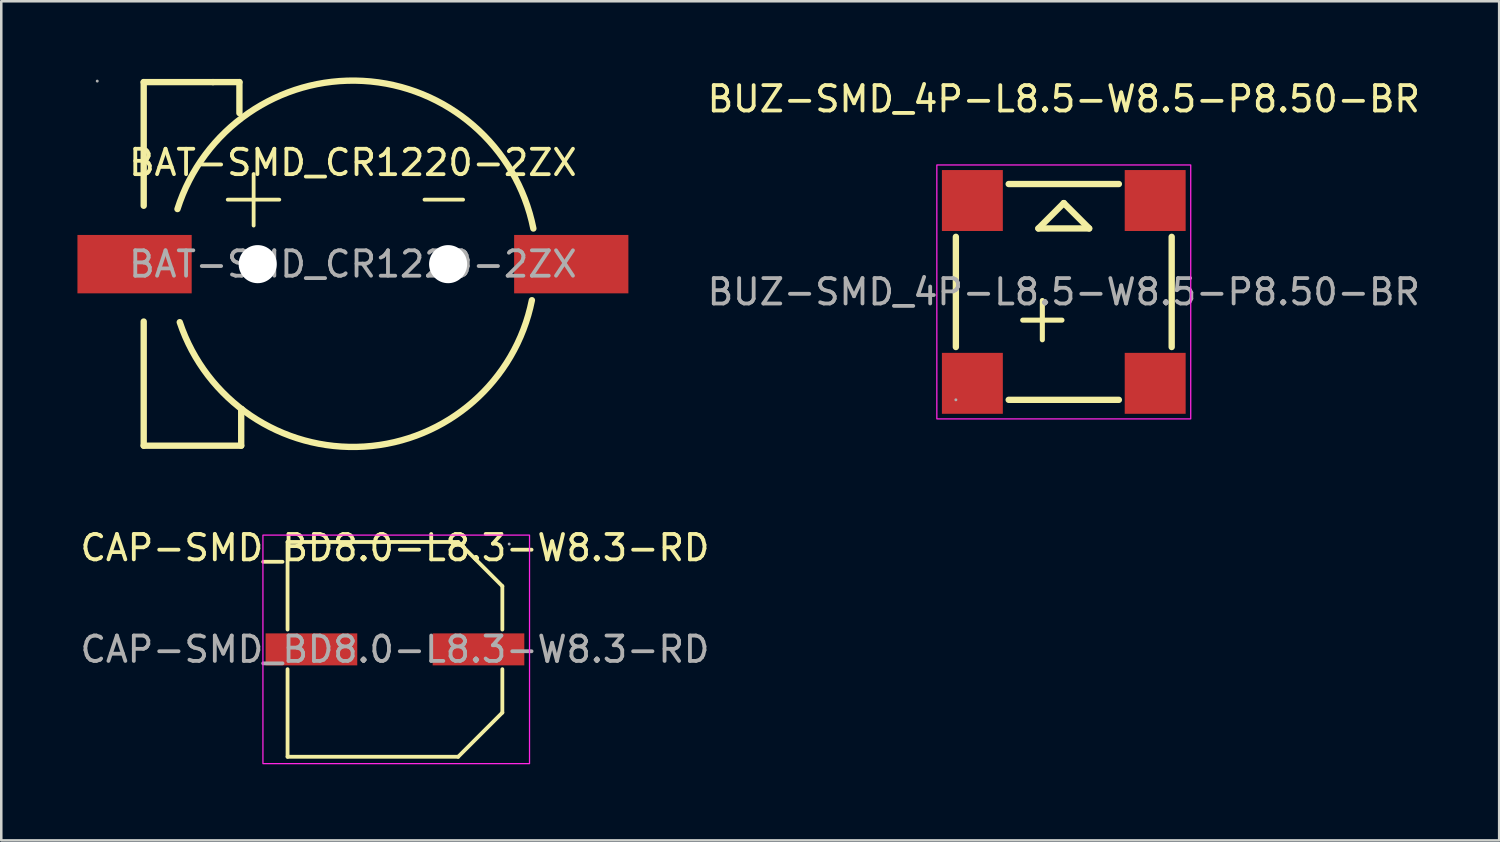
<source format=kicad_pcb>
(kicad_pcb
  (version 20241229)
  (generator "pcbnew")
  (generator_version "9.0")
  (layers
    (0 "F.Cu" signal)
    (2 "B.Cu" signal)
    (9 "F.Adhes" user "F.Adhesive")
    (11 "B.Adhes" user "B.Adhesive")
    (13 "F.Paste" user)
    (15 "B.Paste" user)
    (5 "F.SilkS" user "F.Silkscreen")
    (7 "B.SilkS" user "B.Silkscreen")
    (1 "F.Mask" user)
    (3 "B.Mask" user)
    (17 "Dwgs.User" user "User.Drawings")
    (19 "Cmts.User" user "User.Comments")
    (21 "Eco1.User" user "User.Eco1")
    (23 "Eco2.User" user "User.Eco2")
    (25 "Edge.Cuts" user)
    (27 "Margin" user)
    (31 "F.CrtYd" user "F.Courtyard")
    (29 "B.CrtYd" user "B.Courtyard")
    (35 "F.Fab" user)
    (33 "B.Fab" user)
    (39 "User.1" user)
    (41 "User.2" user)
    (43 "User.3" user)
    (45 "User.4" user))
  (footprint "BAT-SMD_CR1220-2ZX"
    (layer "F.Cu")
    (at 10.85 7.354)
    (property "Reference" "BAT-SMD_CR1220-2ZX" (at 0 -4 0) (layer "F.SilkS") (effects (font (size 1 1) (thickness 0.15))))
    (attr smd)
    (fp_line (start -8.24 -7.17) (end -5.51 -7.17) (stroke (width 0.25) (type solid)) (layer "F.SilkS"))
    (fp_line (start -8.24 -2.3) (end -8.24 -7.17) (stroke (width 0.25) (type solid)) (layer "F.SilkS"))
    (fp_line (start -8.24 2.26) (end -8.24 7.15) (stroke (width 0.25) (type solid)) (layer "F.SilkS"))
    (fp_line (start -8.24 7.15) (end -4.4 7.15) (stroke (width 0.25) (type solid)) (layer "F.SilkS"))
    (fp_line (start -5.51 -7.17) (end -4.47 -7.17) (stroke (width 0.25) (type solid)) (layer "F.SilkS"))
    (fp_line (start -4.93 -2.54) (end -2.9 -2.54) (stroke (width 0.15) (type solid)) (layer "F.SilkS"))
    (fp_line (start -4.47 -7.17) (end -4.47 -5.95) (stroke (width 0.25) (type solid)) (layer "F.SilkS"))
    (fp_line (start -4.4 5.71) (end -4.38 5.71) (stroke (width 0.25) (type solid)) (layer "F.SilkS"))
    (fp_line (start -4.4 7.15) (end -4.4 5.71) (stroke (width 0.25) (type solid)) (layer "F.SilkS"))
    (fp_line (start -3.91 -1.52) (end -3.91 -3.55) (stroke (width 0.15) (type solid)) (layer "F.SilkS"))
    (fp_line (start 2.82 -2.54) (end 4.34 -2.54) (stroke (width 0.15) (type solid)) (layer "F.SilkS"))
    (fp_arc (start -6.91 -2.17) (mid 0.395803 -7.217924) (end 7.1076 -1.403454) (stroke (width 0.25) (type solid)) (layer "F.SilkS"))
    (fp_arc (start 7.05 1.42) (mid 0.447691 7.185665) (end -6.82007 2.285356) (stroke (width 0.25) (type solid)) (layer "F.SilkS"))
    (fp_circle (center -3.75 0) (end -3.5 0) (stroke (width 0.5) (type solid)) (fill no) (layer "Cmts.User"))
    (fp_circle (center 3.75 0) (end 3.94 0) (stroke (width 0.38) (type solid)) (fill no) (layer "Cmts.User"))
    (fp_circle (center -10.07 -7.21) (end -10.04 -7.21) (stroke (width 0.06) (type solid)) (fill no) (layer "F.Fab"))
    (fp_text user "${REFERENCE}" (at 0 0 0) (layer "F.Fab") (effects (font (size 1 1) (thickness 0.15))))
    (pad "" np_thru_hole circle (at -3.75 0) (size 1.5 1.5) (drill 1.5) (layers "*.Cu" "*.Mask"))
    (pad "" np_thru_hole circle (at 3.75 0) (size 1.5 1.5) (drill 1.5) (layers "*.Cu" "*.Mask"))
    (pad "1" smd rect (at -8.6 0 180) (size 4.5 2.3) (layers "F.Cu" "F.Mask" "F.Paste"))
    (pad "2" smd rect (at 8.6 0 180) (size 4.5 2.3) (layers "F.Cu" "F.Mask" "F.Paste")))
  (footprint "CAP-SMD_BD8.0-L8.3-W8.3-RD"
    (layer "F.Cu")
    (at 12.506 22.527)
    (property "Reference" "CAP-SMD_BD8.0-L8.3-W8.3-RD" (at 0 -4 0) (layer "F.SilkS") (effects (font (size 1 1) (thickness 0.15))))
    (attr smd)
    (fp_line (start -4.23 -4.23) (end 2.49 -4.23) (stroke (width 0.15) (type solid)) (layer "F.SilkS"))
    (fp_line (start -4.23 -0.78) (end -4.23 -4.23) (stroke (width 0.15) (type solid)) (layer "F.SilkS"))
    (fp_line (start -4.23 0.78) (end -4.23 4.23) (stroke (width 0.15) (type solid)) (layer "F.SilkS"))
    (fp_line (start -4.23 4.23) (end 2.49 4.23) (stroke (width 0.15) (type solid)) (layer "F.SilkS"))
    (fp_line (start 2.49 -4.23) (end 4.23 -2.49) (stroke (width 0.15) (type solid)) (layer "F.SilkS"))
    (fp_line (start 2.49 4.23) (end 4.23 2.49) (stroke (width 0.15) (type solid)) (layer "F.SilkS"))
    (fp_line (start 4.23 -2.49) (end 4.23 -0.78) (stroke (width 0.15) (type solid)) (layer "F.SilkS"))
    (fp_line (start 4.23 2.49) (end 4.23 0.78) (stroke (width 0.15) (type solid)) (layer "F.SilkS"))
    (fp_rect (start -5.2 -4.5) (end 5.3 4.5) (stroke (width 0.05) (type default)) (fill no) (layer "F.CrtYd"))
    (fp_circle (center 4.5 -4.15) (end 4.53 -4.15) (stroke (width 0.06) (type solid)) (fill no) (layer "F.Fab"))
    (fp_text user "${REFERENCE}" (at 0 0 0) (layer "F.Fab") (effects (font (size 1 1) (thickness 0.15))))
    (pad "1" smd rect (at 3.29 0 180) (size 3.61 1.26) (layers "F.Cu" "F.Mask" "F.Paste"))
    (pad "2" smd rect (at -3.29 0 180) (size 3.61 1.26) (layers "F.Cu" "F.Mask" "F.Paste")))
  (footprint "BUZ-SMD_4P-L8.5-W8.5-P8.50-BR"
    (layer "F.Cu")
    (at 38.849 8.448)
    (property "Reference" "BUZ-SMD_4P-L8.5-W8.5-P8.50-BR" (at 0 -7.6 0) (layer "F.SilkS") (effects (font (size 1 1) (thickness 0.15))))
    (attr smd)
    (fp_line (start -4.25 2.17) (end -4.25 -2.17) (stroke (width 0.25) (type solid)) (layer "F.SilkS"))
    (fp_line (start -2.17 -4.25) (end 2.17 -4.25) (stroke (width 0.25) (type solid)) (layer "F.SilkS"))
    (fp_line (start -1 -2.5) (end 1 -2.5) (stroke (width 0.25) (type solid)) (layer "F.SilkS"))
    (fp_line (start 0 -3.5) (end -1 -2.5) (stroke (width 0.25) (type solid)) (layer "F.SilkS"))
    (fp_line (start 1 -2.5) (end 0 -3.5) (stroke (width 0.25) (type solid)) (layer "F.SilkS"))
    (fp_line (start 2.17 4.25) (end -2.17 4.25) (stroke (width 0.25) (type solid)) (layer "F.SilkS"))
    (fp_line (start 4.25 -2.17) (end 4.25 2.17) (stroke (width 0.25) (type solid)) (layer "F.SilkS"))
    (fp_rect (start -5 -5) (end 5 5) (stroke (width 0.05) (type default)) (fill no) (layer "F.CrtYd"))
    (fp_circle (center -4.25 4.25) (end -4.22 4.25) (stroke (width 0.06) (type solid)) (fill no) (layer "F.Fab"))
    (fp_text user "+" (at -1 2.5 90) (layer "F.SilkS") (effects (font (size 2.03 2.03) (thickness 0.2)) (justify left)))
    (fp_text user "${REFERENCE}" (at 0 0 0) (layer "F.Fab") (effects (font (size 1 1) (thickness 0.15))))
    (pad "1" smd rect (at -3.6 3.6) (size 2.4 2.4) (layers "F.Cu" "F.Mask" "F.Paste"))
    (pad "2" smd rect (at 3.6 3.6) (size 2.4 2.4) (layers "F.Cu" "F.Mask" "F.Paste"))
    (pad "3" smd rect (at 3.6 -3.6) (size 2.4 2.4) (layers "F.Cu" "F.Mask" "F.Paste"))
    (pad "4" smd rect (at -3.6 -3.6) (size 2.4 2.4) (layers "F.Cu" "F.Mask" "F.Paste")))
  (gr_rect
    (start -3 -3)
    (end 55.998 30.052)
    (stroke (width 0.1) (type default))
    (fill no)
    (layer "Edge.Cuts")))
</source>
